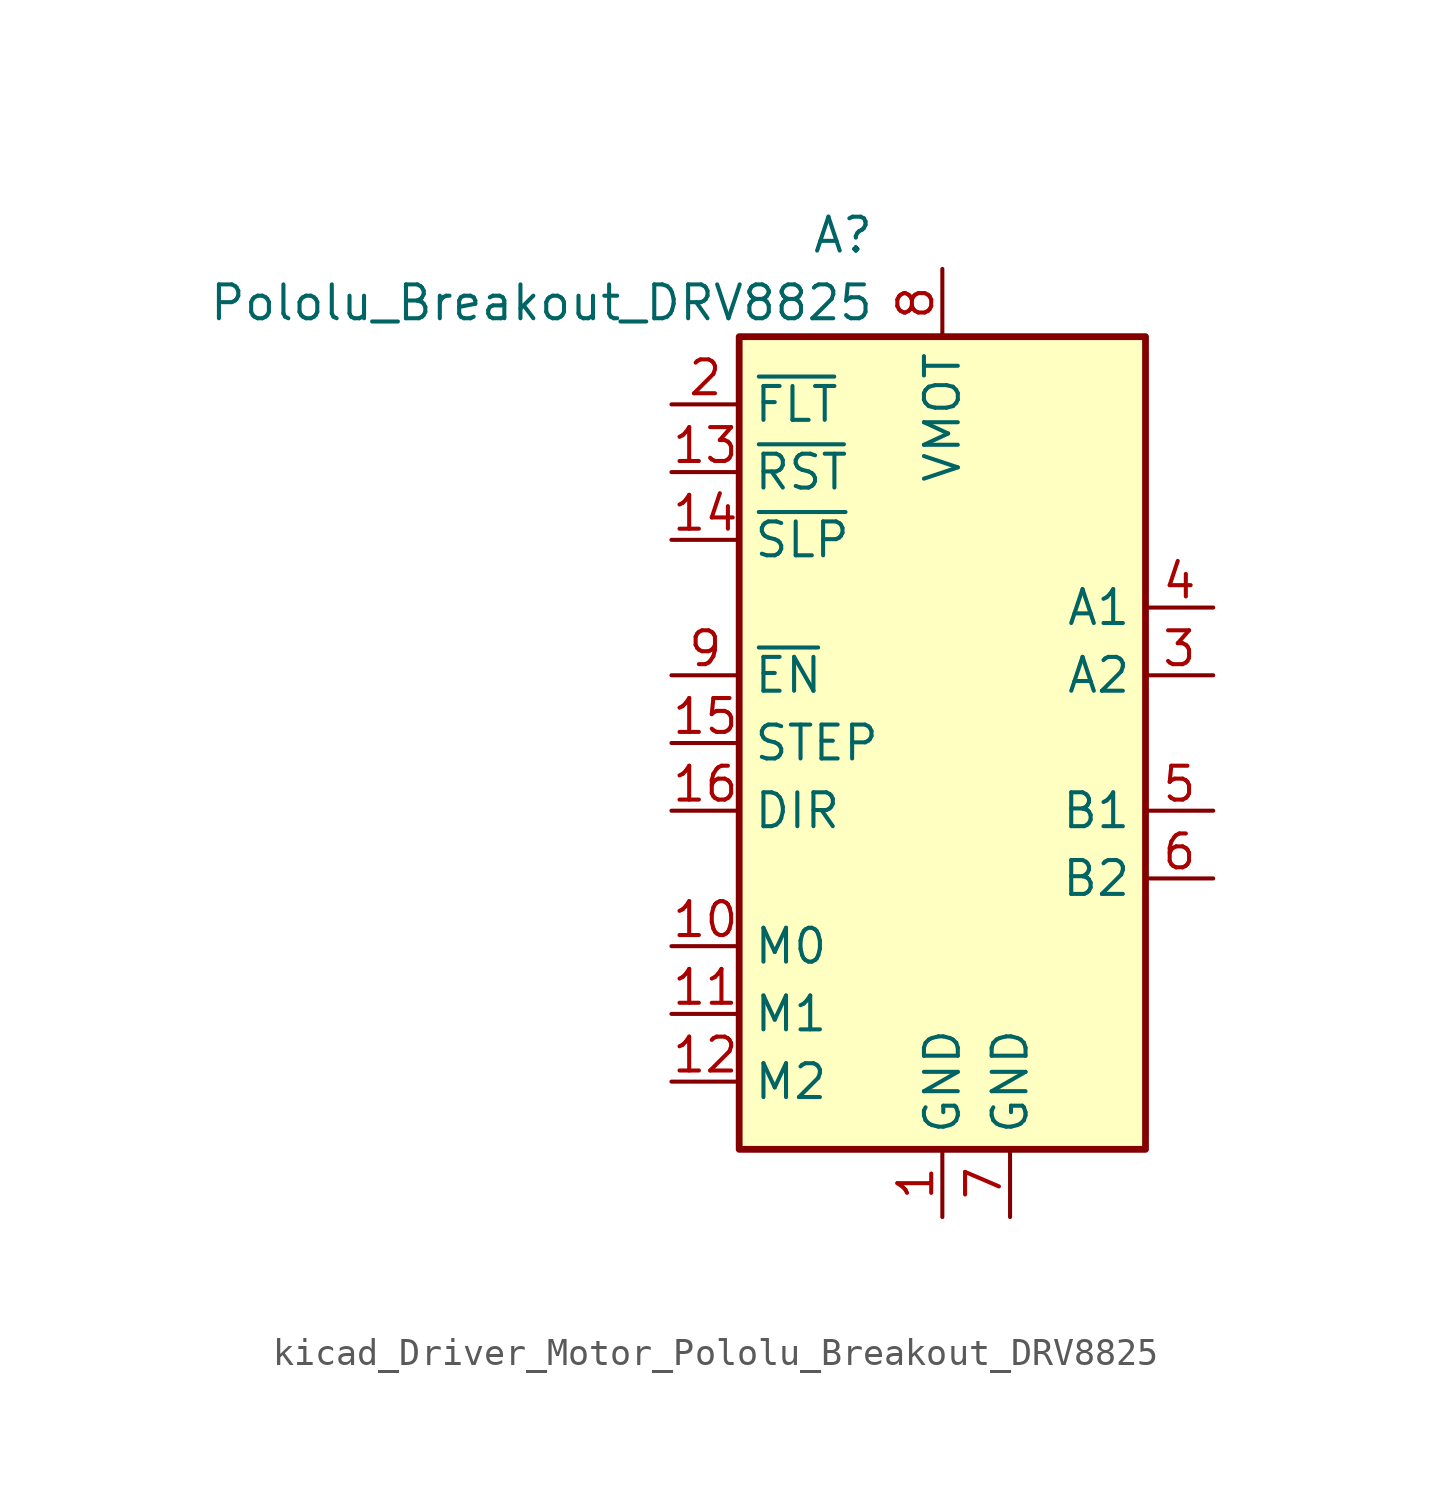
<source format=kicad_sym>
(kicad_symbol_lib
  (version 20220914)
  (generator kicad_symbol_editor)
  (symbol "kicad_Driver_Motor_Pololu_Breakout_DRV8825"
    (property "Reference" "A"
      (at -2.54 16.51 0)
      (effects (font (size 1.27 1.27)) (justify right)))
    (property "Value" "Pololu_Breakout_DRV8825"
      (at -2.54 13.97 0)
      (effects (font (size 1.27 1.27)) (justify right)))
    (symbol "kicad_Driver_Motor_Pololu_Breakout_DRV8825_0_1"
      (rectangle (start 7.62 -17.78) (end -7.62 12.7) (stroke (width 0.254) (type default)) (fill (type background))))
    (symbol "kicad_Driver_Motor_Pololu_Breakout_DRV8825_1_1"
      (pin power_in line (at 0 -20.32 90) (length 2.54) (name "GND" (effects (font (size 1.27 1.27)))) (number "1" (effects (font (size 1.27 1.27)))))
      (pin input line (at -10.16 -10.16 0) (length 2.54) (name "M0" (effects (font (size 1.27 1.27)))) (number "10" (effects (font (size 1.27 1.27)))))
      (pin input line (at -10.16 -12.7 0) (length 2.54) (name "M1" (effects (font (size 1.27 1.27)))) (number "11" (effects (font (size 1.27 1.27)))))
      (pin input line (at -10.16 -15.24 0) (length 2.54) (name "M2" (effects (font (size 1.27 1.27)))) (number "12" (effects (font (size 1.27 1.27)))))
      (pin input line (at -10.16 7.62 0) (length 2.54) (name "~{RST}" (effects (font (size 1.27 1.27)))) (number "13" (effects (font (size 1.27 1.27)))))
      (pin input line (at -10.16 5.08 0) (length 2.54) (name "~{SLP}" (effects (font (size 1.27 1.27)))) (number "14" (effects (font (size 1.27 1.27)))))
      (pin input line (at -10.16 -2.54 0) (length 2.54) (name "STEP" (effects (font (size 1.27 1.27)))) (number "15" (effects (font (size 1.27 1.27)))))
      (pin input line (at -10.16 -5.08 0) (length 2.54) (name "DIR" (effects (font (size 1.27 1.27)))) (number "16" (effects (font (size 1.27 1.27)))))
      (pin output line (at -10.16 10.16 0) (length 2.54) (name "~{FLT}" (effects (font (size 1.27 1.27)))) (number "2" (effects (font (size 1.27 1.27)))))
      (pin output line (at 10.16 0 180) (length 2.54) (name "A2" (effects (font (size 1.27 1.27)))) (number "3" (effects (font (size 1.27 1.27)))))
      (pin output line (at 10.16 2.54 180) (length 2.54) (name "A1" (effects (font (size 1.27 1.27)))) (number "4" (effects (font (size 1.27 1.27)))))
      (pin output line (at 10.16 -5.08 180) (length 2.54) (name "B1" (effects (font (size 1.27 1.27)))) (number "5" (effects (font (size 1.27 1.27)))))
      (pin output line (at 10.16 -7.62 180) (length 2.54) (name "B2" (effects (font (size 1.27 1.27)))) (number "6" (effects (font (size 1.27 1.27)))))
      (pin power_in line (at 2.54 -20.32 90) (length 2.54) (name "GND" (effects (font (size 1.27 1.27)))) (number "7" (effects (font (size 1.27 1.27)))))
      (pin power_in line (at 0 15.24 270) (length 2.54) (name "VMOT" (effects (font (size 1.27 1.27)))) (number "8" (effects (font (size 1.27 1.27)))))
      (pin input line (at -10.16 0 0) (length 2.54) (name "~{EN}" (effects (font (size 1.27 1.27)))) (number "9" (effects (font (size 1.27 1.27))))))))
</source>
